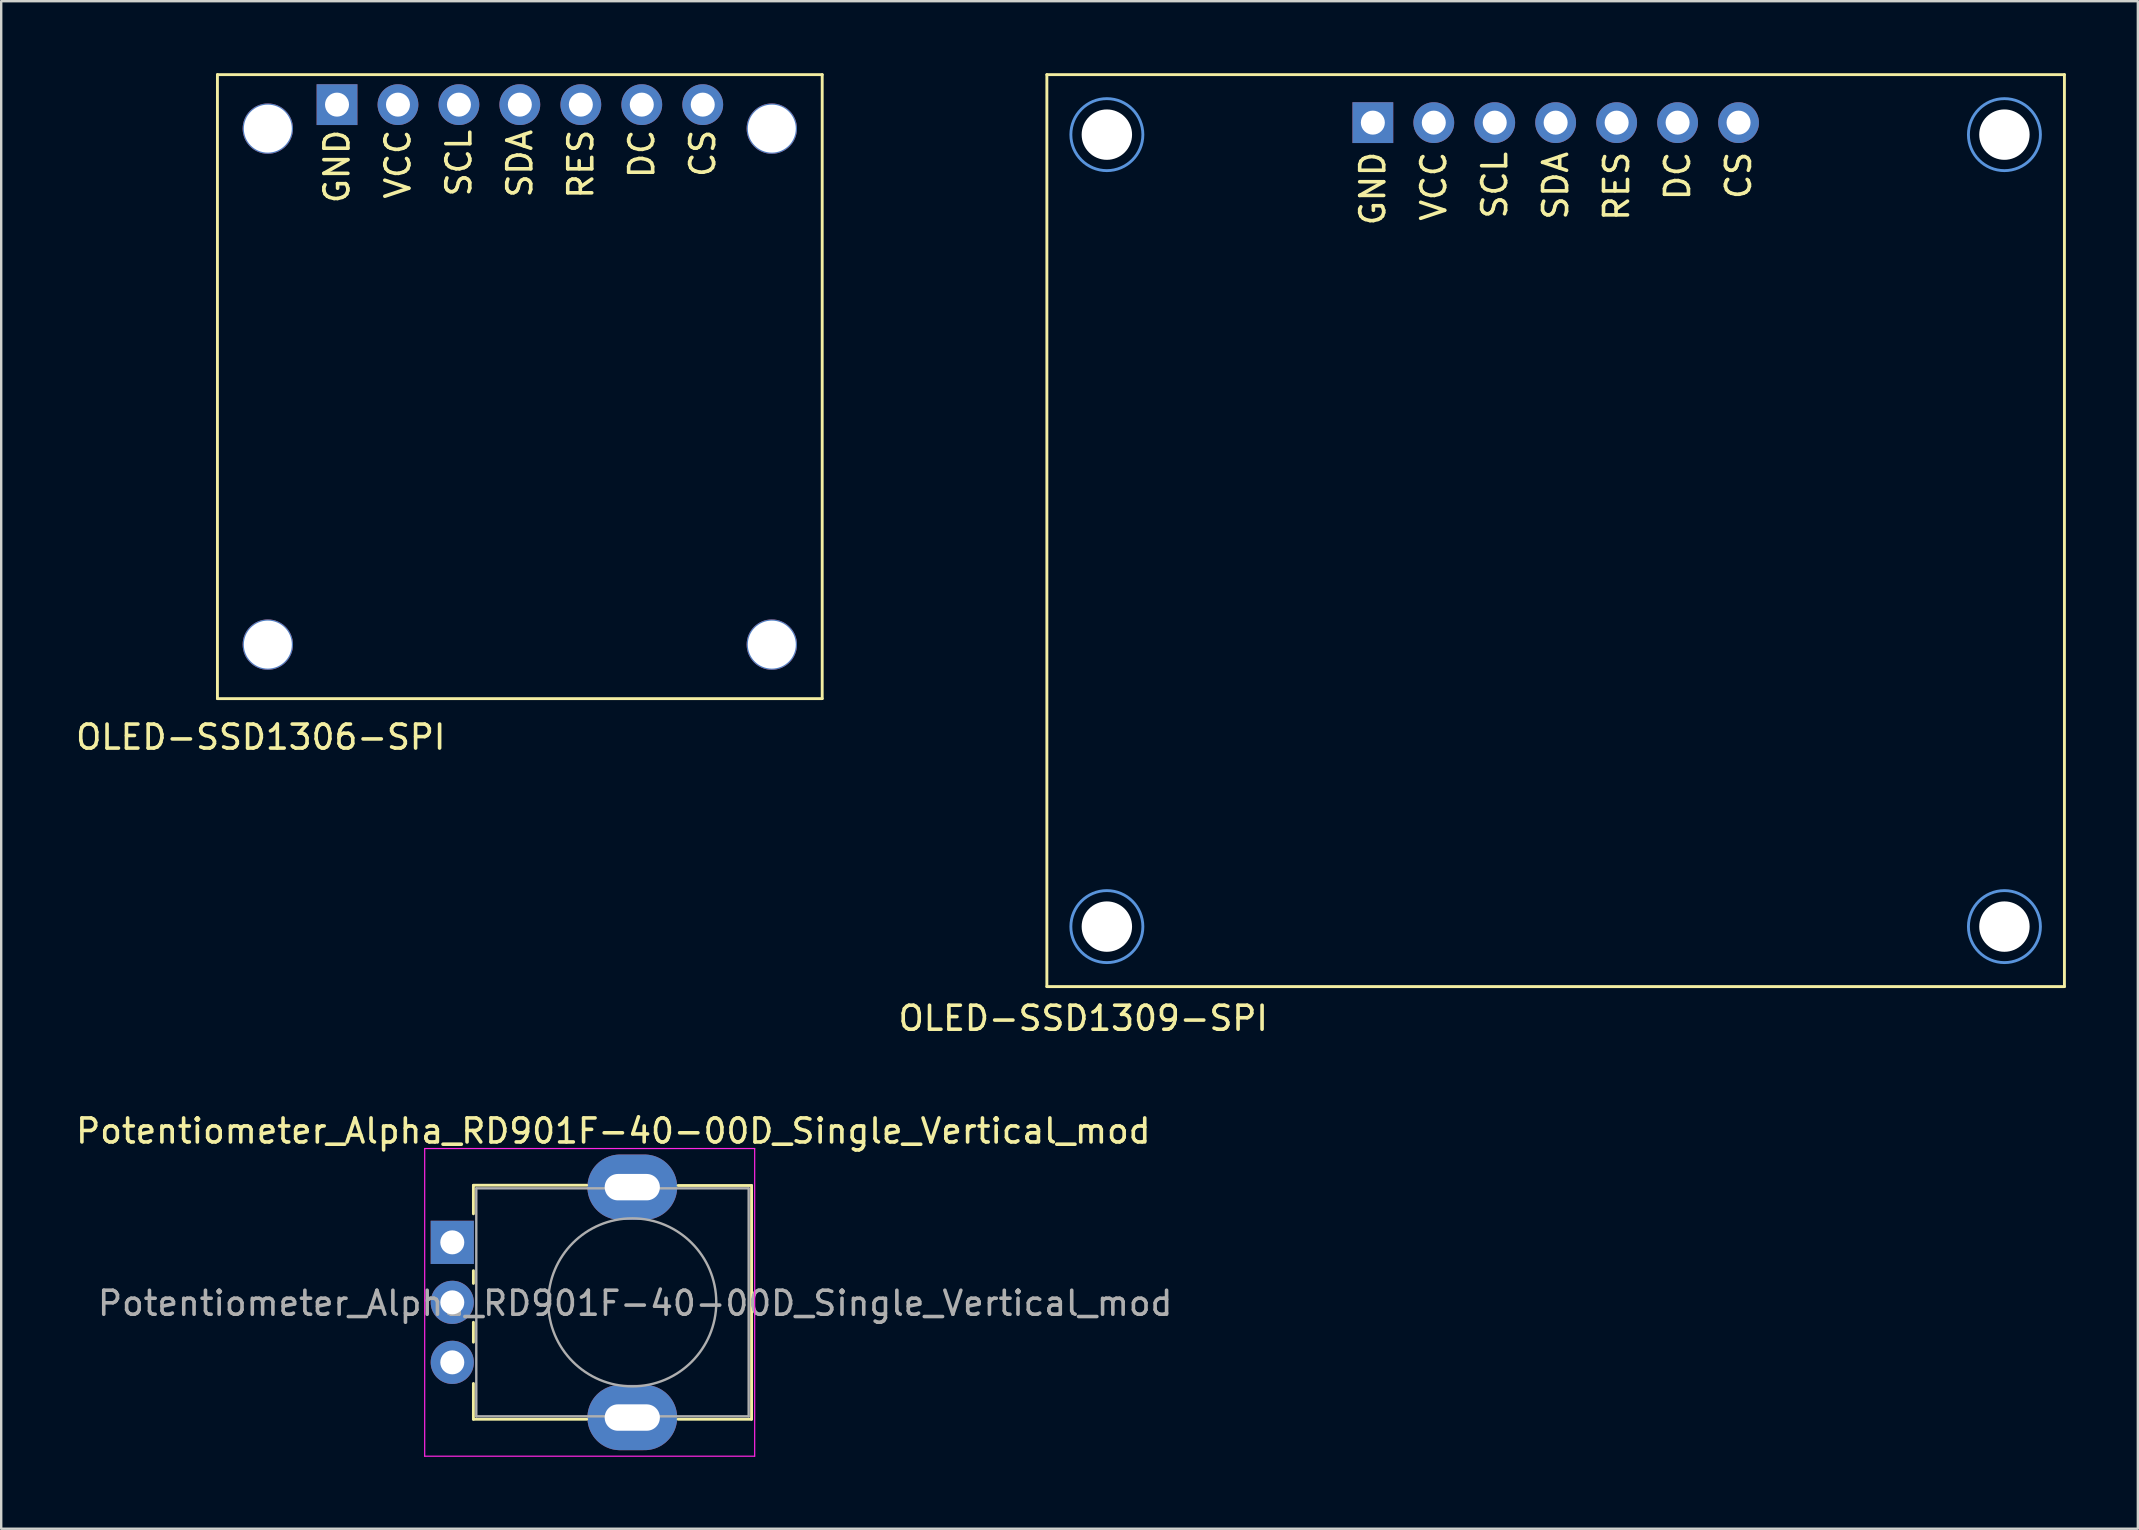
<source format=kicad_pcb>
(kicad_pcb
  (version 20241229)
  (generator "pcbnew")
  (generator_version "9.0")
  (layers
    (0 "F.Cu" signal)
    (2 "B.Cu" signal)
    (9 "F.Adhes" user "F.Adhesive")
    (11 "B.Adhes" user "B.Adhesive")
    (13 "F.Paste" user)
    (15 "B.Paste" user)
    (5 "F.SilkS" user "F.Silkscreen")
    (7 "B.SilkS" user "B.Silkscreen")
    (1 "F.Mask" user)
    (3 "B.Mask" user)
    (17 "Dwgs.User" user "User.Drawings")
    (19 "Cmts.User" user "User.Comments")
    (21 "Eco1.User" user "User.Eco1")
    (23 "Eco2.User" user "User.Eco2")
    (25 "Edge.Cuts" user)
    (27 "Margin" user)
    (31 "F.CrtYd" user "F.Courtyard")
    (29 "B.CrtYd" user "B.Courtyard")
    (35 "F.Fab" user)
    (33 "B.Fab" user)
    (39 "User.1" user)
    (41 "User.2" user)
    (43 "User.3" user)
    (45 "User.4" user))
  (footprint "Potentiometer_Alpha_RD901F-40-00D_Single_Vertical_mod"
    (layer "F.Cu")
    (at 15.796 48.717)
    (property "Reference" "Potentiometer_Alpha_RD901F-40-00D_Single_Vertical_mod" (at 6.71 -4.64 180) (layer "F.SilkS") (effects (font (size 1 1) (thickness 0.15))))
    (attr through_hole)
    (fp_line (start 0.88 -2.38) (end 5.6 -2.38) (stroke (width 0.12) (type solid)) (layer "F.SilkS"))
    (fp_line (start 0.88 -1.19) (end 0.88 -2.37) (stroke (width 0.12) (type solid)) (layer "F.SilkS"))
    (fp_line (start 0.88 1.71) (end 0.88 1.18) (stroke (width 0.12) (type solid)) (layer "F.SilkS"))
    (fp_line (start 0.88 4.16) (end 0.88 3.33) (stroke (width 0.12) (type solid)) (layer "F.SilkS"))
    (fp_line (start 0.88 7.37) (end 0.88 5.88) (stroke (width 0.12) (type solid)) (layer "F.SilkS"))
    (fp_line (start 0.88 7.37) (end 5.6 7.37) (stroke (width 0.12) (type solid)) (layer "F.SilkS"))
    (fp_line (start 9.41 -2.37) (end 12.47 -2.37) (stroke (width 0.12) (type solid)) (layer "F.SilkS"))
    (fp_line (start 9.41 7.37) (end 12.47 7.37) (stroke (width 0.12) (type solid)) (layer "F.SilkS"))
    (fp_line (start 12.47 7.37) (end 12.47 -2.37) (stroke (width 0.12) (type solid)) (layer "F.SilkS"))
    (fp_line (start -1.15 -3.91) (end -1.15 8.91) (stroke (width 0.05) (type solid)) (layer "F.CrtYd"))
    (fp_line (start -1.15 8.91) (end 12.6 8.91) (stroke (width 0.05) (type solid)) (layer "F.CrtYd"))
    (fp_line (start 12.6 -3.91) (end -1.15 -3.91) (stroke (width 0.05) (type solid)) (layer "F.CrtYd"))
    (fp_line (start 12.6 8.91) (end 12.6 -3.91) (stroke (width 0.05) (type solid)) (layer "F.CrtYd"))
    (fp_line (start 1 -2.25) (end 12.35 -2.25) (stroke (width 0.1) (type solid)) (layer "F.Fab"))
    (fp_line (start 1 7.25) (end 1 -2.25) (stroke (width 0.1) (type solid)) (layer "F.Fab"))
    (fp_line (start 1 7.25) (end 12.35 7.25) (stroke (width 0.1) (type solid)) (layer "F.Fab"))
    (fp_line (start 12.35 7.25) (end 12.35 -2.25) (stroke (width 0.1) (type solid)) (layer "F.Fab"))
    (fp_circle (center 7.5 2.5) (end 7.5 -1) (stroke (width 0.1) (type solid)) (fill no) (layer "F.Fab"))
    (fp_text user "${REFERENCE}" (at 7.62 2.54 0) (layer "F.Fab") (effects (font (size 1 1) (thickness 0.15))))
    (pad "" thru_hole oval (at 7.5 -2.3 90) (size 2.72 3.74) (drill oval 1.1 2.3) (layers "*.Cu" "*.Mask"))
    (pad "" thru_hole oval (at 7.5 7.3 90) (size 2.72 3.74) (drill oval 1.1 2.3) (layers "*.Cu" "*.Mask"))
    (pad "1" thru_hole rect (at 0 0 90) (size 1.8 1.8) (drill 1) (layers "*.Cu" "*.Mask"))
    (pad "2" thru_hole circle (at 0 2.5 90) (size 1.8 1.8) (drill 1) (layers "*.Cu" "*.Mask"))
    (pad "3" thru_hole circle (at 0 5 90) (size 1.8 1.8) (drill 1) (layers "*.Cu" "*.Mask")))
  (footprint "OLED-SSD1309-SPI"
    (layer "F.Cu")
    (at 61.771 19.06)
    (property "Reference" "OLED-SSD1309-SPI" (at -19.685 20.32 0) (layer "F.SilkS") (effects (font (size 1 1) (thickness 0.15))))
    (attr through_hole)
    (fp_line (start -21.2 -19) (end 21.2 -19) (stroke (width 0.12) (type solid)) (layer "F.SilkS"))
    (fp_line (start -21.2 19) (end -21.2 -19) (stroke (width 0.12) (type solid)) (layer "F.SilkS"))
    (fp_line (start 21.2 -19) (end 21.2 19) (stroke (width 0.12) (type solid)) (layer "F.SilkS"))
    (fp_line (start 21.2 19) (end -21.2 19) (stroke (width 0.12) (type solid)) (layer "F.SilkS"))
    (fp_circle (center -18.7 -16.5) (end -17.2 -16.5) (stroke (width 0.12) (type solid)) (fill no) (layer "Cmts.User"))
    (fp_circle (center -18.7 16.5) (end -17.2 16.5) (stroke (width 0.12) (type solid)) (fill no) (layer "Cmts.User"))
    (fp_circle (center 18.7 -16.5) (end 20.2 -16.5) (stroke (width 0.12) (type solid)) (fill no) (layer "Cmts.User"))
    (fp_circle (center 18.7 16.5) (end 20.2 16.5) (stroke (width 0.12) (type solid)) (fill no) (layer "Cmts.User"))
    (fp_text user "SDA" (at 0 -15.875 90) (layer "F.SilkS") (effects (font (size 1 1) (thickness 0.15)) (justify right)))
    (fp_text user "CS" (at 7.62 -15.875 90) (layer "F.SilkS") (effects (font (size 1 1) (thickness 0.15)) (justify right)))
    (fp_text user "DC" (at 5.08 -15.875 90) (layer "F.SilkS") (effects (font (size 1 1) (thickness 0.15)) (justify right)))
    (fp_text user "GND" (at -7.62 -15.875 90) (layer "F.SilkS") (effects (font (size 1 1) (thickness 0.15)) (justify right)))
    (fp_text user "VCC" (at -5.08 -15.875 90) (layer "F.SilkS") (effects (font (size 1 1) (thickness 0.15)) (justify right)))
    (fp_text user "RES" (at 2.54 -15.875 90) (layer "F.SilkS") (effects (font (size 1 1) (thickness 0.15)) (justify right)))
    (fp_text user "SCL" (at -2.54 -15.875 90) (layer "F.SilkS") (effects (font (size 1 1) (thickness 0.15)) (justify right)))
    (pad "" np_thru_hole circle (at -18.7 -16.5) (size 2.1 2.1) (drill 2.1) (layers "*.Cu" "*.Mask"))
    (pad "" np_thru_hole circle (at -18.7 16.5) (size 2.1 2.1) (drill 2.1) (layers "*.Cu" "*.Mask"))
    (pad "" np_thru_hole circle (at 18.7 -16.5) (size 2.1 2.1) (drill 2.1) (layers "*.Cu" "*.Mask"))
    (pad "" np_thru_hole circle (at 18.7 16.5) (size 2.1 2.1) (drill 2.1) (layers "*.Cu" "*.Mask"))
    (pad "1" thru_hole rect (at -7.617 -17) (size 1.7 1.7) (drill 1) (layers "*.Cu" "*.Mask"))
    (pad "2" thru_hole circle (at -5.077 -17) (size 1.7 1.7) (drill 1) (layers "*.Cu" "*.Mask"))
    (pad "3" thru_hole circle (at -2.538 -17) (size 1.7 1.7) (drill 1) (layers "*.Cu" "*.Mask"))
    (pad "4" thru_hole circle (at 0 -17) (size 1.7 1.7) (drill 1) (layers "*.Cu" "*.Mask"))
    (pad "5" thru_hole circle (at 2.542 -17) (size 1.7 1.7) (drill 1) (layers "*.Cu" "*.Mask"))
    (pad "6" thru_hole circle (at 5.082 -17) (size 1.7 1.7) (drill 1) (layers "*.Cu" "*.Mask"))
    (pad "7" thru_hole circle (at 7.622 -17) (size 1.7 1.7) (drill 1) (layers "*.Cu" "*.Mask")))
  (footprint "OLED-SSD1306-SPI"
    (layer "F.Cu")
    (at 18.61 13.06)
    (property "Reference" "OLED-SSD1306-SPI" (at -10.795 14.605 0) (layer "F.SilkS") (effects (font (size 1 1) (thickness 0.15))))
    (attr through_hole)
    (fp_line (start -12.6 -13) (end 12.6 -13) (stroke (width 0.12) (type solid)) (layer "F.SilkS"))
    (fp_line (start -12.6 13) (end -12.6 -13) (stroke (width 0.12) (type solid)) (layer "F.SilkS"))
    (fp_line (start 12.6 -13) (end 12.6 13) (stroke (width 0.12) (type solid)) (layer "F.SilkS"))
    (fp_line (start 12.6 13) (end -12.6 13) (stroke (width 0.12) (type solid)) (layer "F.SilkS"))
    (fp_text user "VCC" (at -5.08 -10.795 90) (layer "F.SilkS") (effects (font (size 1 1) (thickness 0.15)) (justify right)))
    (fp_text user "SDA" (at 0 -10.795 90) (layer "F.SilkS") (effects (font (size 1 1) (thickness 0.15)) (justify right)))
    (fp_text user "CS" (at 7.62 -10.795 90) (layer "F.SilkS") (effects (font (size 1 1) (thickness 0.15)) (justify right)))
    (fp_text user "DC" (at 5.08 -10.795 90) (layer "F.SilkS") (effects (font (size 1 1) (thickness 0.15)) (justify right)))
    (fp_text user "SCL" (at -2.54 -10.795 90) (layer "F.SilkS") (effects (font (size 1 1) (thickness 0.15)) (justify right)))
    (fp_text user "GND" (at -7.62 -10.795 90) (layer "F.SilkS") (effects (font (size 1 1) (thickness 0.15)) (justify right)))
    (fp_text user "RES" (at 2.542 -10.795 90) (layer "F.SilkS") (effects (font (size 1 1) (thickness 0.15)) (justify right)))
    (pad "" thru_hole circle (at -10.5 -10.75) (size 2.1 2.1) (drill 2) (layers "*.Cu" "*.Mask"))
    (pad "" thru_hole circle (at -10.5 10.75) (size 2.1 2.1) (drill 2) (layers "*.Cu" "*.Mask"))
    (pad "" thru_hole circle (at 10.5 -10.75) (size 2.1 2.1) (drill 2) (layers "*.Cu" "*.Mask"))
    (pad "" thru_hole circle (at 10.5 10.75) (size 2.1 2.1) (drill 2) (layers "*.Cu" "*.Mask"))
    (pad "1" thru_hole rect (at -7.617 -11.75) (size 1.7 1.7) (drill 1) (layers "*.Cu" "*.Mask"))
    (pad "2" thru_hole circle (at -5.077 -11.75) (size 1.7 1.7) (drill 1) (layers "*.Cu" "*.Mask"))
    (pad "3" thru_hole circle (at -2.538 -11.75) (size 1.7 1.7) (drill 1) (layers "*.Cu" "*.Mask"))
    (pad "4" thru_hole circle (at 0 -11.75) (size 1.7 1.7) (drill 1) (layers "*.Cu" "*.Mask"))
    (pad "5" thru_hole circle (at 2.542 -11.75) (size 1.7 1.7) (drill 1) (layers "*.Cu" "*.Mask"))
    (pad "6" thru_hole circle (at 5.082 -11.75) (size 1.7 1.7) (drill 1) (layers "*.Cu" "*.Mask"))
    (pad "7" thru_hole circle (at 7.622 -11.75) (size 1.7 1.7) (drill 1) (layers "*.Cu" "*.Mask")))
  (gr_rect
    (start -3 -3)
    (end 86.031 60.651)
    (stroke (width 0.1) (type default))
    (fill no)
    (layer "Edge.Cuts")))
</source>
